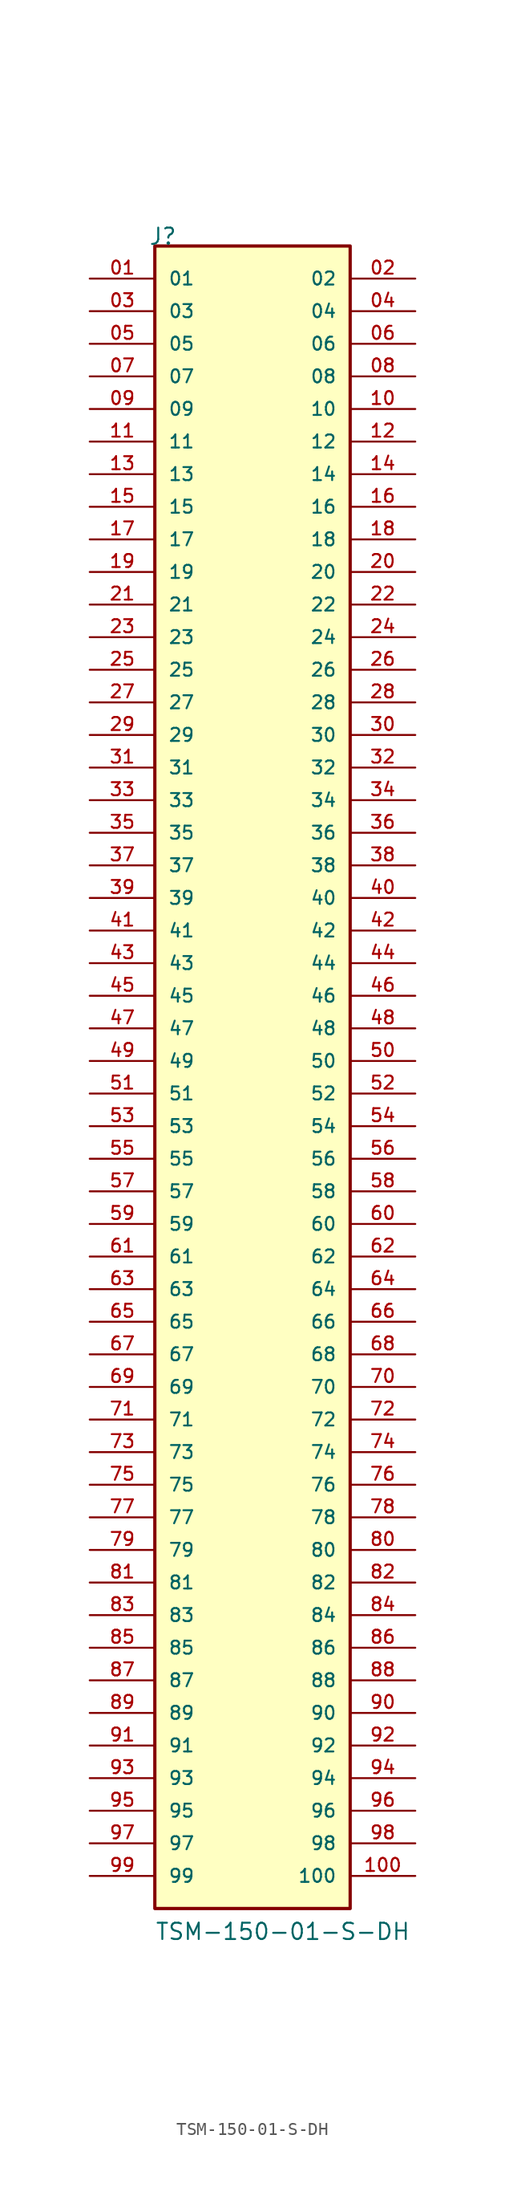
<source format=kicad_sym>
(kicad_symbol_lib
  (version 20211014)
  (generator kicad_symbol_editor)
  (symbol "TSM-150-01-S-DH"
    (pin_names
      (offset 1.016))
    (property "Reference" "J"
      (at -8.12 66.04 0)
      (effects (font (size 1.27 1.27)) (justify bottom left)))
    (property "Value" "TSM-150-01-S-DH"
      (at -7.62 -66.04 0)
      (effects (font (size 1.27 1.27)) (justify bottom left)))
    (symbol "TSM-150-01-S-DH_0_0"
      (rectangle (start -7.62 -63.5) (end 7.62 66.04) (stroke (width 0.254)) (fill (type background)))
      (pin passive line (at -12.7 63.5 0) (length 5.08) (name "01" (effects (font (size 1.016 1.016)))) (number "01" (effects (font (size 1.016 1.016)))))
      (pin passive line (at 12.7 63.5 180.0) (length 5.08) (name "02" (effects (font (size 1.016 1.016)))) (number "02" (effects (font (size 1.016 1.016)))))
      (pin passive line (at -12.7 60.96 0) (length 5.08) (name "03" (effects (font (size 1.016 1.016)))) (number "03" (effects (font (size 1.016 1.016)))))
      (pin passive line (at 12.7 60.96 180.0) (length 5.08) (name "04" (effects (font (size 1.016 1.016)))) (number "04" (effects (font (size 1.016 1.016)))))
      (pin passive line (at -12.7 58.42 0) (length 5.08) (name "05" (effects (font (size 1.016 1.016)))) (number "05" (effects (font (size 1.016 1.016)))))
      (pin passive line (at 12.7 58.42 180.0) (length 5.08) (name "06" (effects (font (size 1.016 1.016)))) (number "06" (effects (font (size 1.016 1.016)))))
      (pin passive line (at -12.7 55.88 0) (length 5.08) (name "07" (effects (font (size 1.016 1.016)))) (number "07" (effects (font (size 1.016 1.016)))))
      (pin passive line (at 12.7 55.88 180.0) (length 5.08) (name "08" (effects (font (size 1.016 1.016)))) (number "08" (effects (font (size 1.016 1.016)))))
      (pin passive line (at -12.7 53.34 0) (length 5.08) (name "09" (effects (font (size 1.016 1.016)))) (number "09" (effects (font (size 1.016 1.016)))))
      (pin passive line (at 12.7 53.34 180.0) (length 5.08) (name "10" (effects (font (size 1.016 1.016)))) (number "10" (effects (font (size 1.016 1.016)))))
      (pin passive line (at -12.7 50.8 0) (length 5.08) (name "11" (effects (font (size 1.016 1.016)))) (number "11" (effects (font (size 1.016 1.016)))))
      (pin passive line (at 12.7 50.8 180.0) (length 5.08) (name "12" (effects (font (size 1.016 1.016)))) (number "12" (effects (font (size 1.016 1.016)))))
      (pin passive line (at -12.7 48.26 0) (length 5.08) (name "13" (effects (font (size 1.016 1.016)))) (number "13" (effects (font (size 1.016 1.016)))))
      (pin passive line (at 12.7 48.26 180.0) (length 5.08) (name "14" (effects (font (size 1.016 1.016)))) (number "14" (effects (font (size 1.016 1.016)))))
      (pin passive line (at -12.7 45.72 0) (length 5.08) (name "15" (effects (font (size 1.016 1.016)))) (number "15" (effects (font (size 1.016 1.016)))))
      (pin passive line (at 12.7 45.72 180.0) (length 5.08) (name "16" (effects (font (size 1.016 1.016)))) (number "16" (effects (font (size 1.016 1.016)))))
      (pin passive line (at -12.7 43.18 0) (length 5.08) (name "17" (effects (font (size 1.016 1.016)))) (number "17" (effects (font (size 1.016 1.016)))))
      (pin passive line (at 12.7 43.18 180.0) (length 5.08) (name "18" (effects (font (size 1.016 1.016)))) (number "18" (effects (font (size 1.016 1.016)))))
      (pin passive line (at -12.7 40.64 0) (length 5.08) (name "19" (effects (font (size 1.016 1.016)))) (number "19" (effects (font (size 1.016 1.016)))))
      (pin passive line (at 12.7 40.64 180.0) (length 5.08) (name "20" (effects (font (size 1.016 1.016)))) (number "20" (effects (font (size 1.016 1.016)))))
      (pin passive line (at -12.7 38.1 0) (length 5.08) (name "21" (effects (font (size 1.016 1.016)))) (number "21" (effects (font (size 1.016 1.016)))))
      (pin passive line (at 12.7 38.1 180.0) (length 5.08) (name "22" (effects (font (size 1.016 1.016)))) (number "22" (effects (font (size 1.016 1.016)))))
      (pin passive line (at -12.7 35.56 0) (length 5.08) (name "23" (effects (font (size 1.016 1.016)))) (number "23" (effects (font (size 1.016 1.016)))))
      (pin passive line (at 12.7 35.56 180.0) (length 5.08) (name "24" (effects (font (size 1.016 1.016)))) (number "24" (effects (font (size 1.016 1.016)))))
      (pin passive line (at -12.7 33.02 0) (length 5.08) (name "25" (effects (font (size 1.016 1.016)))) (number "25" (effects (font (size 1.016 1.016)))))
      (pin passive line (at 12.7 33.02 180.0) (length 5.08) (name "26" (effects (font (size 1.016 1.016)))) (number "26" (effects (font (size 1.016 1.016)))))
      (pin passive line (at -12.7 30.48 0) (length 5.08) (name "27" (effects (font (size 1.016 1.016)))) (number "27" (effects (font (size 1.016 1.016)))))
      (pin passive line (at 12.7 30.48 180.0) (length 5.08) (name "28" (effects (font (size 1.016 1.016)))) (number "28" (effects (font (size 1.016 1.016)))))
      (pin passive line (at -12.7 27.94 0) (length 5.08) (name "29" (effects (font (size 1.016 1.016)))) (number "29" (effects (font (size 1.016 1.016)))))
      (pin passive line (at 12.7 27.94 180.0) (length 5.08) (name "30" (effects (font (size 1.016 1.016)))) (number "30" (effects (font (size 1.016 1.016)))))
      (pin passive line (at -12.7 25.4 0) (length 5.08) (name "31" (effects (font (size 1.016 1.016)))) (number "31" (effects (font (size 1.016 1.016)))))
      (pin passive line (at 12.7 25.4 180.0) (length 5.08) (name "32" (effects (font (size 1.016 1.016)))) (number "32" (effects (font (size 1.016 1.016)))))
      (pin passive line (at -12.7 22.86 0) (length 5.08) (name "33" (effects (font (size 1.016 1.016)))) (number "33" (effects (font (size 1.016 1.016)))))
      (pin passive line (at 12.7 22.86 180.0) (length 5.08) (name "34" (effects (font (size 1.016 1.016)))) (number "34" (effects (font (size 1.016 1.016)))))
      (pin passive line (at -12.7 20.32 0) (length 5.08) (name "35" (effects (font (size 1.016 1.016)))) (number "35" (effects (font (size 1.016 1.016)))))
      (pin passive line (at 12.7 20.32 180.0) (length 5.08) (name "36" (effects (font (size 1.016 1.016)))) (number "36" (effects (font (size 1.016 1.016)))))
      (pin passive line (at -12.7 17.78 0) (length 5.08) (name "37" (effects (font (size 1.016 1.016)))) (number "37" (effects (font (size 1.016 1.016)))))
      (pin passive line (at 12.7 17.78 180.0) (length 5.08) (name "38" (effects (font (size 1.016 1.016)))) (number "38" (effects (font (size 1.016 1.016)))))
      (pin passive line (at -12.7 15.24 0) (length 5.08) (name "39" (effects (font (size 1.016 1.016)))) (number "39" (effects (font (size 1.016 1.016)))))
      (pin passive line (at 12.7 15.24 180.0) (length 5.08) (name "40" (effects (font (size 1.016 1.016)))) (number "40" (effects (font (size 1.016 1.016)))))
      (pin passive line (at -12.7 12.7 0) (length 5.08) (name "41" (effects (font (size 1.016 1.016)))) (number "41" (effects (font (size 1.016 1.016)))))
      (pin passive line (at 12.7 12.7 180.0) (length 5.08) (name "42" (effects (font (size 1.016 1.016)))) (number "42" (effects (font (size 1.016 1.016)))))
      (pin passive line (at -12.7 10.16 0) (length 5.08) (name "43" (effects (font (size 1.016 1.016)))) (number "43" (effects (font (size 1.016 1.016)))))
      (pin passive line (at 12.7 10.16 180.0) (length 5.08) (name "44" (effects (font (size 1.016 1.016)))) (number "44" (effects (font (size 1.016 1.016)))))
      (pin passive line (at -12.7 7.62 0) (length 5.08) (name "45" (effects (font (size 1.016 1.016)))) (number "45" (effects (font (size 1.016 1.016)))))
      (pin passive line (at 12.7 7.62 180.0) (length 5.08) (name "46" (effects (font (size 1.016 1.016)))) (number "46" (effects (font (size 1.016 1.016)))))
      (pin passive line (at -12.7 5.08 0) (length 5.08) (name "47" (effects (font (size 1.016 1.016)))) (number "47" (effects (font (size 1.016 1.016)))))
      (pin passive line (at 12.7 5.08 180.0) (length 5.08) (name "48" (effects (font (size 1.016 1.016)))) (number "48" (effects (font (size 1.016 1.016)))))
      (pin passive line (at -12.7 2.54 0) (length 5.08) (name "49" (effects (font (size 1.016 1.016)))) (number "49" (effects (font (size 1.016 1.016)))))
      (pin passive line (at 12.7 2.54 180.0) (length 5.08) (name "50" (effects (font (size 1.016 1.016)))) (number "50" (effects (font (size 1.016 1.016)))))
      (pin passive line (at -12.7 0.0 0) (length 5.08) (name "51" (effects (font (size 1.016 1.016)))) (number "51" (effects (font (size 1.016 1.016)))))
      (pin passive line (at 12.7 0.0 180.0) (length 5.08) (name "52" (effects (font (size 1.016 1.016)))) (number "52" (effects (font (size 1.016 1.016)))))
      (pin passive line (at -12.7 -2.54 0) (length 5.08) (name "53" (effects (font (size 1.016 1.016)))) (number "53" (effects (font (size 1.016 1.016)))))
      (pin passive line (at 12.7 -2.54 180.0) (length 5.08) (name "54" (effects (font (size 1.016 1.016)))) (number "54" (effects (font (size 1.016 1.016)))))
      (pin passive line (at -12.7 -5.08 0) (length 5.08) (name "55" (effects (font (size 1.016 1.016)))) (number "55" (effects (font (size 1.016 1.016)))))
      (pin passive line (at 12.7 -5.08 180.0) (length 5.08) (name "56" (effects (font (size 1.016 1.016)))) (number "56" (effects (font (size 1.016 1.016)))))
      (pin passive line (at -12.7 -7.62 0) (length 5.08) (name "57" (effects (font (size 1.016 1.016)))) (number "57" (effects (font (size 1.016 1.016)))))
      (pin passive line (at 12.7 -7.62 180.0) (length 5.08) (name "58" (effects (font (size 1.016 1.016)))) (number "58" (effects (font (size 1.016 1.016)))))
      (pin passive line (at -12.7 -10.16 0) (length 5.08) (name "59" (effects (font (size 1.016 1.016)))) (number "59" (effects (font (size 1.016 1.016)))))
      (pin passive line (at 12.7 -10.16 180.0) (length 5.08) (name "60" (effects (font (size 1.016 1.016)))) (number "60" (effects (font (size 1.016 1.016)))))
      (pin passive line (at -12.7 -12.7 0) (length 5.08) (name "61" (effects (font (size 1.016 1.016)))) (number "61" (effects (font (size 1.016 1.016)))))
      (pin passive line (at 12.7 -12.7 180.0) (length 5.08) (name "62" (effects (font (size 1.016 1.016)))) (number "62" (effects (font (size 1.016 1.016)))))
      (pin passive line (at -12.7 -15.24 0) (length 5.08) (name "63" (effects (font (size 1.016 1.016)))) (number "63" (effects (font (size 1.016 1.016)))))
      (pin passive line (at 12.7 -15.24 180.0) (length 5.08) (name "64" (effects (font (size 1.016 1.016)))) (number "64" (effects (font (size 1.016 1.016)))))
      (pin passive line (at -12.7 -17.78 0) (length 5.08) (name "65" (effects (font (size 1.016 1.016)))) (number "65" (effects (font (size 1.016 1.016)))))
      (pin passive line (at 12.7 -17.78 180.0) (length 5.08) (name "66" (effects (font (size 1.016 1.016)))) (number "66" (effects (font (size 1.016 1.016)))))
      (pin passive line (at -12.7 -20.32 0) (length 5.08) (name "67" (effects (font (size 1.016 1.016)))) (number "67" (effects (font (size 1.016 1.016)))))
      (pin passive line (at 12.7 -20.32 180.0) (length 5.08) (name "68" (effects (font (size 1.016 1.016)))) (number "68" (effects (font (size 1.016 1.016)))))
      (pin passive line (at -12.7 -22.86 0) (length 5.08) (name "69" (effects (font (size 1.016 1.016)))) (number "69" (effects (font (size 1.016 1.016)))))
      (pin passive line (at 12.7 -22.86 180.0) (length 5.08) (name "70" (effects (font (size 1.016 1.016)))) (number "70" (effects (font (size 1.016 1.016)))))
      (pin passive line (at -12.7 -25.4 0) (length 5.08) (name "71" (effects (font (size 1.016 1.016)))) (number "71" (effects (font (size 1.016 1.016)))))
      (pin passive line (at 12.7 -25.4 180.0) (length 5.08) (name "72" (effects (font (size 1.016 1.016)))) (number "72" (effects (font (size 1.016 1.016)))))
      (pin passive line (at -12.7 -27.94 0) (length 5.08) (name "73" (effects (font (size 1.016 1.016)))) (number "73" (effects (font (size 1.016 1.016)))))
      (pin passive line (at 12.7 -27.94 180.0) (length 5.08) (name "74" (effects (font (size 1.016 1.016)))) (number "74" (effects (font (size 1.016 1.016)))))
      (pin passive line (at -12.7 -30.48 0) (length 5.08) (name "75" (effects (font (size 1.016 1.016)))) (number "75" (effects (font (size 1.016 1.016)))))
      (pin passive line (at 12.7 -30.48 180.0) (length 5.08) (name "76" (effects (font (size 1.016 1.016)))) (number "76" (effects (font (size 1.016 1.016)))))
      (pin passive line (at -12.7 -33.02 0) (length 5.08) (name "77" (effects (font (size 1.016 1.016)))) (number "77" (effects (font (size 1.016 1.016)))))
      (pin passive line (at 12.7 -33.02 180.0) (length 5.08) (name "78" (effects (font (size 1.016 1.016)))) (number "78" (effects (font (size 1.016 1.016)))))
      (pin passive line (at -12.7 -35.56 0) (length 5.08) (name "79" (effects (font (size 1.016 1.016)))) (number "79" (effects (font (size 1.016 1.016)))))
      (pin passive line (at 12.7 -35.56 180.0) (length 5.08) (name "80" (effects (font (size 1.016 1.016)))) (number "80" (effects (font (size 1.016 1.016)))))
      (pin passive line (at -12.7 -38.1 0) (length 5.08) (name "81" (effects (font (size 1.016 1.016)))) (number "81" (effects (font (size 1.016 1.016)))))
      (pin passive line (at 12.7 -38.1 180.0) (length 5.08) (name "82" (effects (font (size 1.016 1.016)))) (number "82" (effects (font (size 1.016 1.016)))))
      (pin passive line (at -12.7 -40.64 0) (length 5.08) (name "83" (effects (font (size 1.016 1.016)))) (number "83" (effects (font (size 1.016 1.016)))))
      (pin passive line (at 12.7 -40.64 180.0) (length 5.08) (name "84" (effects (font (size 1.016 1.016)))) (number "84" (effects (font (size 1.016 1.016)))))
      (pin passive line (at -12.7 -43.18 0) (length 5.08) (name "85" (effects (font (size 1.016 1.016)))) (number "85" (effects (font (size 1.016 1.016)))))
      (pin passive line (at 12.7 -43.18 180.0) (length 5.08) (name "86" (effects (font (size 1.016 1.016)))) (number "86" (effects (font (size 1.016 1.016)))))
      (pin passive line (at -12.7 -45.72 0) (length 5.08) (name "87" (effects (font (size 1.016 1.016)))) (number "87" (effects (font (size 1.016 1.016)))))
      (pin passive line (at 12.7 -45.72 180.0) (length 5.08) (name "88" (effects (font (size 1.016 1.016)))) (number "88" (effects (font (size 1.016 1.016)))))
      (pin passive line (at -12.7 -48.26 0) (length 5.08) (name "89" (effects (font (size 1.016 1.016)))) (number "89" (effects (font (size 1.016 1.016)))))
      (pin passive line (at 12.7 -48.26 180.0) (length 5.08) (name "90" (effects (font (size 1.016 1.016)))) (number "90" (effects (font (size 1.016 1.016)))))
      (pin passive line (at -12.7 -50.8 0) (length 5.08) (name "91" (effects (font (size 1.016 1.016)))) (number "91" (effects (font (size 1.016 1.016)))))
      (pin passive line (at 12.7 -50.8 180.0) (length 5.08) (name "92" (effects (font (size 1.016 1.016)))) (number "92" (effects (font (size 1.016 1.016)))))
      (pin passive line (at -12.7 -53.34 0) (length 5.08) (name "93" (effects (font (size 1.016 1.016)))) (number "93" (effects (font (size 1.016 1.016)))))
      (pin passive line (at 12.7 -53.34 180.0) (length 5.08) (name "94" (effects (font (size 1.016 1.016)))) (number "94" (effects (font (size 1.016 1.016)))))
      (pin passive line (at -12.7 -55.88 0) (length 5.08) (name "95" (effects (font (size 1.016 1.016)))) (number "95" (effects (font (size 1.016 1.016)))))
      (pin passive line (at 12.7 -55.88 180.0) (length 5.08) (name "96" (effects (font (size 1.016 1.016)))) (number "96" (effects (font (size 1.016 1.016)))))
      (pin passive line (at -12.7 -58.42 0) (length 5.08) (name "97" (effects (font (size 1.016 1.016)))) (number "97" (effects (font (size 1.016 1.016)))))
      (pin passive line (at 12.7 -58.42 180.0) (length 5.08) (name "98" (effects (font (size 1.016 1.016)))) (number "98" (effects (font (size 1.016 1.016)))))
      (pin passive line (at -12.7 -60.96 0) (length 5.08) (name "99" (effects (font (size 1.016 1.016)))) (number "99" (effects (font (size 1.016 1.016)))))
      (pin passive line (at 12.7 -60.96 180.0) (length 5.08) (name "100" (effects (font (size 1.016 1.016)))) (number "100" (effects (font (size 1.016 1.016))))))))
</source>
